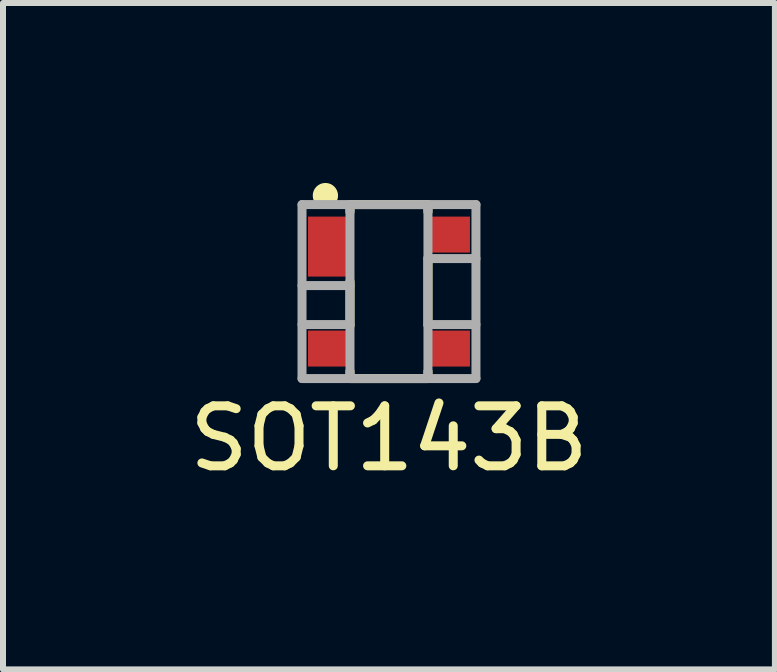
<source format=kicad_pcb>
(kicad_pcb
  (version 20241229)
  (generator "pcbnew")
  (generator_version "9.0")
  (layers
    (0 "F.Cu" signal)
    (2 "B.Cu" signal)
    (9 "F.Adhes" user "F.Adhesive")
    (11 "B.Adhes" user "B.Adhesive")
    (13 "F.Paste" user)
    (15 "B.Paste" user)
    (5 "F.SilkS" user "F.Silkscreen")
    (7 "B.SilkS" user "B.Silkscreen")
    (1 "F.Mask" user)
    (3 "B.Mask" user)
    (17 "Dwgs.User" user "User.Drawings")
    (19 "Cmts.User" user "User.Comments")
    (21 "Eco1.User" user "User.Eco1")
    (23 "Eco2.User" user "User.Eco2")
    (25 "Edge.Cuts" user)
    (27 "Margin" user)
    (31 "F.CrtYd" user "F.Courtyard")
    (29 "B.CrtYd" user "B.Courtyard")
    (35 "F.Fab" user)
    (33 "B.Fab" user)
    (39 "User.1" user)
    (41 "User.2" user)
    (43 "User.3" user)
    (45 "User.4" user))
  (footprint "SOT143B"
    (layer "F.Cu")
    (at 3.435 1.811)
    (property "Reference" "SOT143B" (at 0 2.45 0) (layer "F.SilkS") (effects (font (size 1 1) (thickness 0.15))))
    (attr smd)
    (fp_line (start -0.65 -1.45) (end -0.65 -1.33) (stroke (width 0.15) (type solid)) (layer "F.SilkS"))
    (fp_line (start -0.65 -0.17) (end -0.65 0.57) (stroke (width 0.15) (type solid)) (layer "F.SilkS"))
    (fp_line (start -0.65 1.33) (end -0.65 1.45) (stroke (width 0.15) (type solid)) (layer "F.SilkS"))
    (fp_line (start -0.65 1.45) (end 0.65 1.45) (stroke (width 0.15) (type solid)) (layer "F.SilkS"))
    (fp_line (start 0.65 -1.45) (end -0.65 -1.45) (stroke (width 0.15) (type solid)) (layer "F.SilkS"))
    (fp_line (start 0.65 -1.45) (end 0.65 -1.33) (stroke (width 0.15) (type solid)) (layer "F.SilkS"))
    (fp_line (start 0.65 -0.56) (end 0.65 0.56) (stroke (width 0.15) (type solid)) (layer "F.SilkS"))
    (fp_line (start 0.65 1.33) (end 0.65 1.45) (stroke (width 0.15) (type solid)) (layer "F.SilkS"))
    (fp_circle (center -1.06 -1.6) (end -0.909 -1.6) (stroke (width 0.12) (type solid)) (fill yes) (layer "F.SilkS"))
    (fp_line (start -1.45 -1.45) (end 1.45 -1.45) (stroke (width 0.15) (type solid)) (layer "F.Fab"))
    (fp_line (start -1.45 0.55) (end -0.65 0.55) (stroke (width 0.15) (type solid)) (layer "F.Fab"))
    (fp_line (start -1.45 1.45) (end -1.45 -1.45) (stroke (width 0.15) (type solid)) (layer "F.Fab"))
    (fp_line (start -0.65 -0.1) (end -1.45 -0.1) (stroke (width 0.15) (type solid)) (layer "F.Fab"))
    (fp_line (start -0.65 1.45) (end -0.65 -1.45) (stroke (width 0.15) (type solid)) (layer "F.Fab"))
    (fp_line (start 0.65 -1.45) (end 0.65 1.45) (stroke (width 0.15) (type solid)) (layer "F.Fab"))
    (fp_line (start 0.65 -0.55) (end 1.45 -0.55) (stroke (width 0.15) (type solid)) (layer "F.Fab"))
    (fp_line (start 1.45 -1.45) (end 1.45 1.45) (stroke (width 0.15) (type solid)) (layer "F.Fab"))
    (fp_line (start 1.45 0.55) (end 0.65 0.55) (stroke (width 0.15) (type solid)) (layer "F.Fab"))
    (fp_line (start 1.45 1.45) (end -1.45 1.45) (stroke (width 0.15) (type solid)) (layer "F.Fab"))
    (pad "1" smd rect (at -1 -0.75 270) (size 1 0.7) (layers "F.Cu" "F.Mask" "F.Paste"))
    (pad "2" smd rect (at -1 0.95 270) (size 0.6 0.7) (layers "F.Cu" "F.Mask" "F.Paste"))
    (pad "3" smd rect (at 1 0.95 270) (size 0.6 0.7) (layers "F.Cu" "F.Mask" "F.Paste"))
    (pad "4" smd rect (at 1 -0.95 270) (size 0.6 0.7) (layers "F.Cu" "F.Mask" "F.Paste")))
  (gr_rect
    (start -3 -3)
    (end 9.869 8.11)
    (stroke (width 0.1) (type default))
    (fill no)
    (layer "Edge.Cuts")))
</source>
